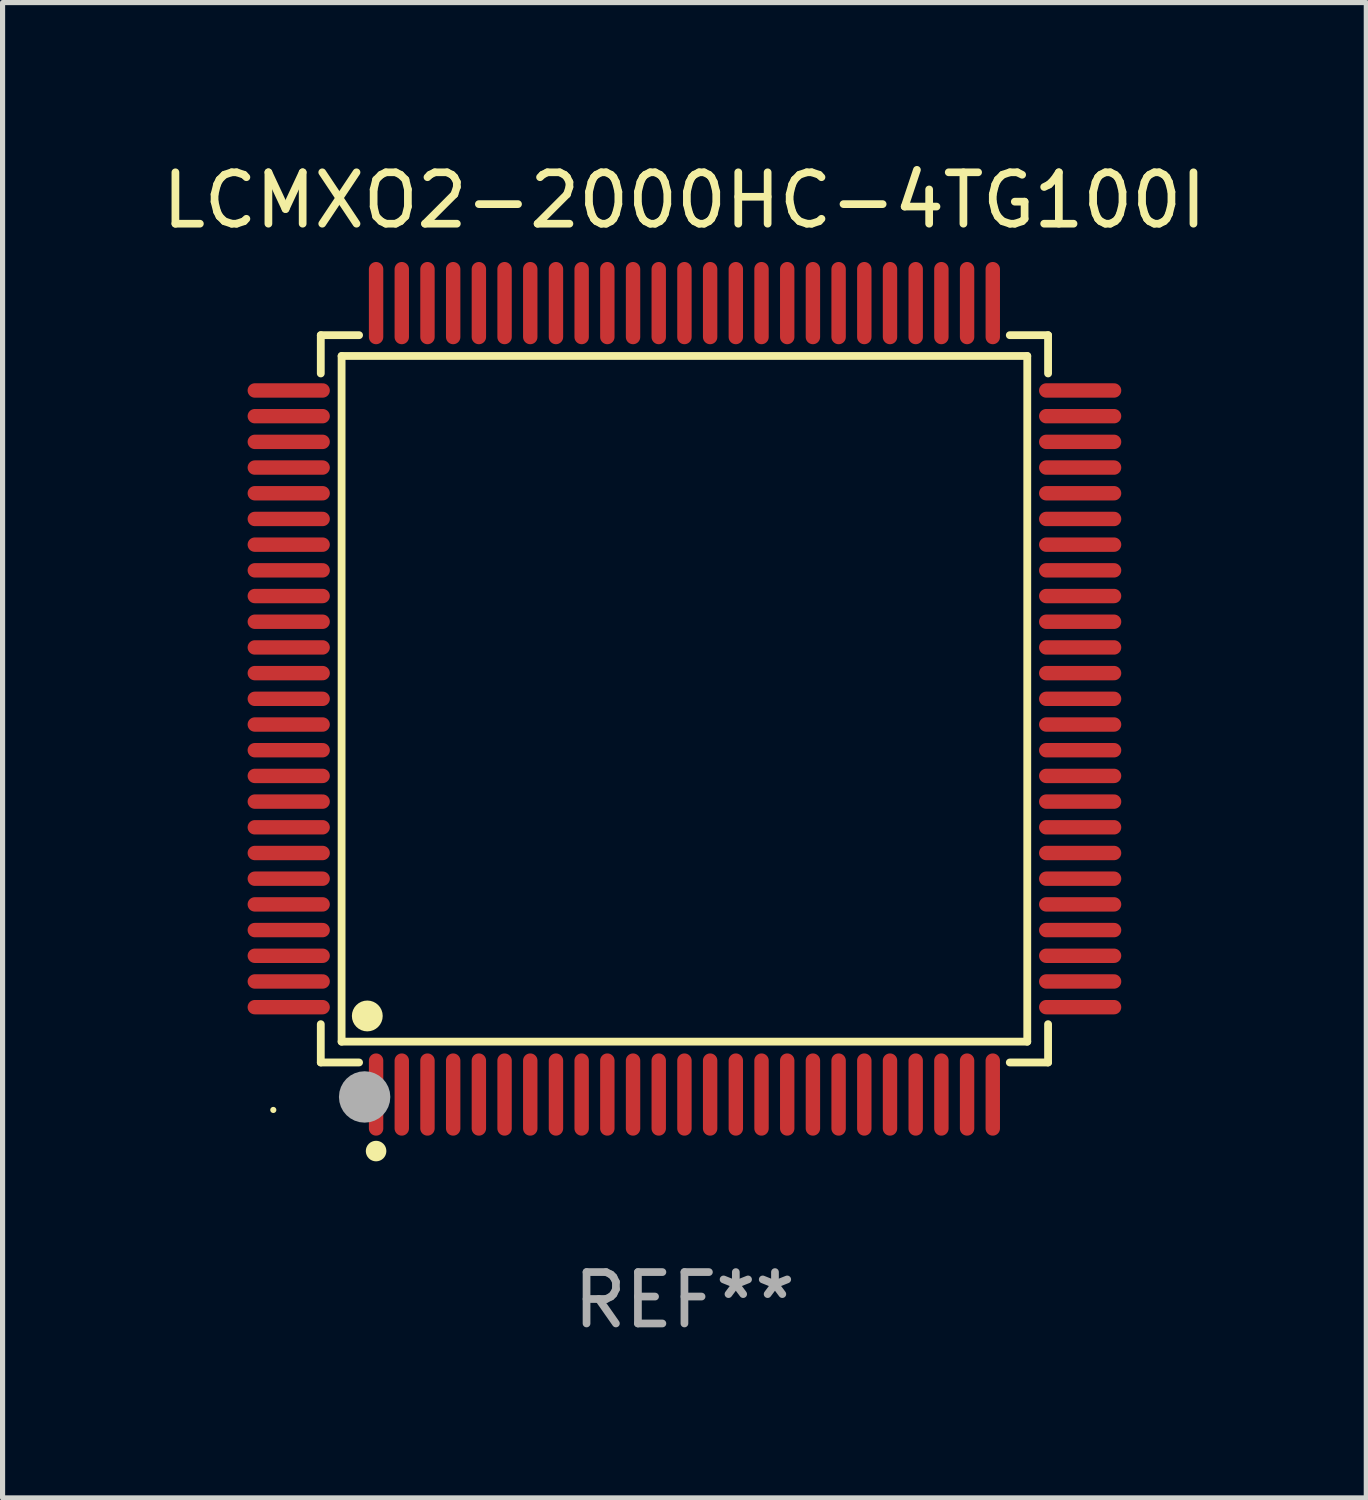
<source format=kicad_pcb>
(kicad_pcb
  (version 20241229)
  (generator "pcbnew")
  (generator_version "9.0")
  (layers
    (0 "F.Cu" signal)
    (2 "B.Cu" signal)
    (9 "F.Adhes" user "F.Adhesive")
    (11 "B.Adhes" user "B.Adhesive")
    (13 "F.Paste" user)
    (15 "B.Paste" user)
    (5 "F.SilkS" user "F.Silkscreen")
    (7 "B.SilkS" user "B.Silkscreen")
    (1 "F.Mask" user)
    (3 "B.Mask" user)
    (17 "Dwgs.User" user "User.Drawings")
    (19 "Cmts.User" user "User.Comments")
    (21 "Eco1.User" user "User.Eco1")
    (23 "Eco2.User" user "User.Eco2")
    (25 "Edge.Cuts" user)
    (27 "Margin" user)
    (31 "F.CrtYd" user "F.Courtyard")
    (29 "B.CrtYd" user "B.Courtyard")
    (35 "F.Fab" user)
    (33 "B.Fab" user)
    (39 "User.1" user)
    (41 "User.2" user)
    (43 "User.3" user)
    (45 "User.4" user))
  (footprint "LCMXO2-2000HC-4TG100I"
    (layer "F.Cu")
    (at 10.268 10.548)
    (property "Reference" "LCMXO2-2000HC-4TG100I" (at 0 -9.7 0) (layer "F.SilkS") (effects (font (size 1 1) (thickness 0.15))))
    (attr through_hole)
    (fp_line (start -7.076 -7.076) (end -6.331 -7.076) (stroke (width 0.152) (type solid)) (layer "F.SilkS"))
    (fp_line (start -7.076 -6.331) (end -7.076 -7.076) (stroke (width 0.152) (type solid)) (layer "F.SilkS"))
    (fp_line (start -7.076 6.331) (end -7.076 7.076) (stroke (width 0.152) (type solid)) (layer "F.SilkS"))
    (fp_line (start -7.076 7.076) (end -6.331 7.076) (stroke (width 0.152) (type solid)) (layer "F.SilkS"))
    (fp_line (start -6.671 -6.671) (end 6.671 -6.671) (stroke (width 0.152) (type solid)) (layer "F.SilkS"))
    (fp_line (start -6.671 6.671) (end -6.671 -6.671) (stroke (width 0.152) (type solid)) (layer "F.SilkS"))
    (fp_line (start 6.671 -6.671) (end 6.671 6.671) (stroke (width 0.152) (type solid)) (layer "F.SilkS"))
    (fp_line (start 6.671 6.671) (end -6.671 6.671) (stroke (width 0.152) (type solid)) (layer "F.SilkS"))
    (fp_line (start 7.076 -7.076) (end 6.331 -7.076) (stroke (width 0.152) (type solid)) (layer "F.SilkS"))
    (fp_line (start 7.076 -6.331) (end 7.076 -7.076) (stroke (width 0.152) (type solid)) (layer "F.SilkS"))
    (fp_line (start 7.076 6.331) (end 7.076 7.076) (stroke (width 0.152) (type solid)) (layer "F.SilkS"))
    (fp_line (start 7.076 7.076) (end 6.331 7.076) (stroke (width 0.152) (type solid)) (layer "F.SilkS"))
    (fp_circle (center -8 8) (end -7.97 8) (stroke (width 0.06) (type solid)) (fill no) (layer "F.SilkS"))
    (fp_circle (center -6.171 6.171) (end -6.021 6.171) (stroke (width 0.3) (type solid)) (fill no) (layer "F.SilkS"))
    (fp_circle (center -6 8.8) (end -5.9 8.8) (stroke (width 0.2) (type solid)) (fill no) (layer "F.SilkS"))
    (fp_circle (center -6.223 7.747) (end -5.973 7.747) (stroke (width 0.5) (type solid)) (fill no) (layer "F.Fab"))
    (fp_text user "REF**" (at 0 11.7 0) (layer "F.Fab") (effects (font (size 1 1) (thickness 0.15))))
    (pad "1" smd oval (at -6 7.7) (size 0.28 1.6) (layers "F.Cu" "F.Mask" "F.Paste"))
    (pad "2" smd oval (at -5.5 7.7) (size 0.28 1.6) (layers "F.Cu" "F.Mask" "F.Paste"))
    (pad "3" smd oval (at -5 7.7) (size 0.28 1.6) (layers "F.Cu" "F.Mask" "F.Paste"))
    (pad "4" smd oval (at -4.5 7.7) (size 0.28 1.6) (layers "F.Cu" "F.Mask" "F.Paste"))
    (pad "5" smd oval (at -4 7.7) (size 0.28 1.6) (layers "F.Cu" "F.Mask" "F.Paste"))
    (pad "6" smd oval (at -3.5 7.7) (size 0.28 1.6) (layers "F.Cu" "F.Mask" "F.Paste"))
    (pad "7" smd oval (at -3 7.7) (size 0.28 1.6) (layers "F.Cu" "F.Mask" "F.Paste"))
    (pad "8" smd oval (at -2.5 7.7) (size 0.28 1.6) (layers "F.Cu" "F.Mask" "F.Paste"))
    (pad "9" smd oval (at -2 7.7) (size 0.28 1.6) (layers "F.Cu" "F.Mask" "F.Paste"))
    (pad "10" smd oval (at -1.5 7.7) (size 0.28 1.6) (layers "F.Cu" "F.Mask" "F.Paste"))
    (pad "11" smd oval (at -1 7.7) (size 0.28 1.6) (layers "F.Cu" "F.Mask" "F.Paste"))
    (pad "12" smd oval (at -0.5 7.7) (size 0.28 1.6) (layers "F.Cu" "F.Mask" "F.Paste"))
    (pad "13" smd oval (at 0 7.7) (size 0.28 1.6) (layers "F.Cu" "F.Mask" "F.Paste"))
    (pad "14" smd oval (at 0.5 7.7) (size 0.28 1.6) (layers "F.Cu" "F.Mask" "F.Paste"))
    (pad "15" smd oval (at 1 7.7) (size 0.28 1.6) (layers "F.Cu" "F.Mask" "F.Paste"))
    (pad "16" smd oval (at 1.5 7.7) (size 0.28 1.6) (layers "F.Cu" "F.Mask" "F.Paste"))
    (pad "17" smd oval (at 2 7.7) (size 0.28 1.6) (layers "F.Cu" "F.Mask" "F.Paste"))
    (pad "18" smd oval (at 2.5 7.7) (size 0.28 1.6) (layers "F.Cu" "F.Mask" "F.Paste"))
    (pad "19" smd oval (at 3 7.7) (size 0.28 1.6) (layers "F.Cu" "F.Mask" "F.Paste"))
    (pad "20" smd oval (at 3.5 7.7) (size 0.28 1.6) (layers "F.Cu" "F.Mask" "F.Paste"))
    (pad "21" smd oval (at 4 7.7) (size 0.28 1.6) (layers "F.Cu" "F.Mask" "F.Paste"))
    (pad "22" smd oval (at 4.5 7.7) (size 0.28 1.6) (layers "F.Cu" "F.Mask" "F.Paste"))
    (pad "23" smd oval (at 5 7.7) (size 0.28 1.6) (layers "F.Cu" "F.Mask" "F.Paste"))
    (pad "24" smd oval (at 5.5 7.7) (size 0.28 1.6) (layers "F.Cu" "F.Mask" "F.Paste"))
    (pad "25" smd oval (at 6 7.7) (size 0.28 1.6) (layers "F.Cu" "F.Mask" "F.Paste"))
    (pad "26" smd oval (at 7.7 6) (size 1.6 0.28) (layers "F.Cu" "F.Mask" "F.Paste"))
    (pad "27" smd oval (at 7.7 5.5) (size 1.6 0.28) (layers "F.Cu" "F.Mask" "F.Paste"))
    (pad "28" smd oval (at 7.7 5) (size 1.6 0.28) (layers "F.Cu" "F.Mask" "F.Paste"))
    (pad "29" smd oval (at 7.7 4.5) (size 1.6 0.28) (layers "F.Cu" "F.Mask" "F.Paste"))
    (pad "30" smd oval (at 7.7 4) (size 1.6 0.28) (layers "F.Cu" "F.Mask" "F.Paste"))
    (pad "31" smd oval (at 7.7 3.5) (size 1.6 0.28) (layers "F.Cu" "F.Mask" "F.Paste"))
    (pad "32" smd oval (at 7.7 3) (size 1.6 0.28) (layers "F.Cu" "F.Mask" "F.Paste"))
    (pad "33" smd oval (at 7.7 2.5) (size 1.6 0.28) (layers "F.Cu" "F.Mask" "F.Paste"))
    (pad "34" smd oval (at 7.7 2) (size 1.6 0.28) (layers "F.Cu" "F.Mask" "F.Paste"))
    (pad "35" smd oval (at 7.7 1.5) (size 1.6 0.28) (layers "F.Cu" "F.Mask" "F.Paste"))
    (pad "36" smd oval (at 7.7 1) (size 1.6 0.28) (layers "F.Cu" "F.Mask" "F.Paste"))
    (pad "37" smd oval (at 7.7 0.5) (size 1.6 0.28) (layers "F.Cu" "F.Mask" "F.Paste"))
    (pad "38" smd oval (at 7.7 0) (size 1.6 0.28) (layers "F.Cu" "F.Mask" "F.Paste"))
    (pad "39" smd oval (at 7.7 -0.5) (size 1.6 0.28) (layers "F.Cu" "F.Mask" "F.Paste"))
    (pad "40" smd oval (at 7.7 -1) (size 1.6 0.28) (layers "F.Cu" "F.Mask" "F.Paste"))
    (pad "41" smd oval (at 7.7 -1.5) (size 1.6 0.28) (layers "F.Cu" "F.Mask" "F.Paste"))
    (pad "42" smd oval (at 7.7 -2) (size 1.6 0.28) (layers "F.Cu" "F.Mask" "F.Paste"))
    (pad "43" smd oval (at 7.7 -2.5) (size 1.6 0.28) (layers "F.Cu" "F.Mask" "F.Paste"))
    (pad "44" smd oval (at 7.7 -3) (size 1.6 0.28) (layers "F.Cu" "F.Mask" "F.Paste"))
    (pad "45" smd oval (at 7.7 -3.5) (size 1.6 0.28) (layers "F.Cu" "F.Mask" "F.Paste"))
    (pad "46" smd oval (at 7.7 -4) (size 1.6 0.28) (layers "F.Cu" "F.Mask" "F.Paste"))
    (pad "47" smd oval (at 7.7 -4.5) (size 1.6 0.28) (layers "F.Cu" "F.Mask" "F.Paste"))
    (pad "48" smd oval (at 7.7 -5) (size 1.6 0.28) (layers "F.Cu" "F.Mask" "F.Paste"))
    (pad "49" smd oval (at 7.7 -5.5) (size 1.6 0.28) (layers "F.Cu" "F.Mask" "F.Paste"))
    (pad "50" smd oval (at 7.7 -6) (size 1.6 0.28) (layers "F.Cu" "F.Mask" "F.Paste"))
    (pad "51" smd oval (at 6 -7.7) (size 0.28 1.6) (layers "F.Cu" "F.Mask" "F.Paste"))
    (pad "52" smd oval (at 5.5 -7.7) (size 0.28 1.6) (layers "F.Cu" "F.Mask" "F.Paste"))
    (pad "53" smd oval (at 5 -7.7) (size 0.28 1.6) (layers "F.Cu" "F.Mask" "F.Paste"))
    (pad "54" smd oval (at 4.5 -7.7) (size 0.28 1.6) (layers "F.Cu" "F.Mask" "F.Paste"))
    (pad "55" smd oval (at 4 -7.7) (size 0.28 1.6) (layers "F.Cu" "F.Mask" "F.Paste"))
    (pad "56" smd oval (at 3.5 -7.7) (size 0.28 1.6) (layers "F.Cu" "F.Mask" "F.Paste"))
    (pad "57" smd oval (at 3 -7.7) (size 0.28 1.6) (layers "F.Cu" "F.Mask" "F.Paste"))
    (pad "58" smd oval (at 2.5 -7.7) (size 0.28 1.6) (layers "F.Cu" "F.Mask" "F.Paste"))
    (pad "59" smd oval (at 2 -7.7) (size 0.28 1.6) (layers "F.Cu" "F.Mask" "F.Paste"))
    (pad "60" smd oval (at 1.5 -7.7) (size 0.28 1.6) (layers "F.Cu" "F.Mask" "F.Paste"))
    (pad "61" smd oval (at 1 -7.7) (size 0.28 1.6) (layers "F.Cu" "F.Mask" "F.Paste"))
    (pad "62" smd oval (at 0.5 -7.7) (size 0.28 1.6) (layers "F.Cu" "F.Mask" "F.Paste"))
    (pad "63" smd oval (at 0 -7.7) (size 0.28 1.6) (layers "F.Cu" "F.Mask" "F.Paste"))
    (pad "64" smd oval (at -0.5 -7.7) (size 0.28 1.6) (layers "F.Cu" "F.Mask" "F.Paste"))
    (pad "65" smd oval (at -1 -7.7) (size 0.28 1.6) (layers "F.Cu" "F.Mask" "F.Paste"))
    (pad "66" smd oval (at -1.5 -7.7) (size 0.28 1.6) (layers "F.Cu" "F.Mask" "F.Paste"))
    (pad "67" smd oval (at -2 -7.7) (size 0.28 1.6) (layers "F.Cu" "F.Mask" "F.Paste"))
    (pad "68" smd oval (at -2.5 -7.7) (size 0.28 1.6) (layers "F.Cu" "F.Mask" "F.Paste"))
    (pad "69" smd oval (at -3 -7.7) (size 0.28 1.6) (layers "F.Cu" "F.Mask" "F.Paste"))
    (pad "70" smd oval (at -3.5 -7.7) (size 0.28 1.6) (layers "F.Cu" "F.Mask" "F.Paste"))
    (pad "71" smd oval (at -4 -7.7) (size 0.28 1.6) (layers "F.Cu" "F.Mask" "F.Paste"))
    (pad "72" smd oval (at -4.5 -7.7) (size 0.28 1.6) (layers "F.Cu" "F.Mask" "F.Paste"))
    (pad "73" smd oval (at -5 -7.7) (size 0.28 1.6) (layers "F.Cu" "F.Mask" "F.Paste"))
    (pad "74" smd oval (at -5.5 -7.7) (size 0.28 1.6) (layers "F.Cu" "F.Mask" "F.Paste"))
    (pad "75" smd oval (at -6 -7.7) (size 0.28 1.6) (layers "F.Cu" "F.Mask" "F.Paste"))
    (pad "76" smd oval (at -7.7 -6) (size 1.6 0.28) (layers "F.Cu" "F.Mask" "F.Paste"))
    (pad "77" smd oval (at -7.7 -5.5) (size 1.6 0.28) (layers "F.Cu" "F.Mask" "F.Paste"))
    (pad "78" smd oval (at -7.7 -5) (size 1.6 0.28) (layers "F.Cu" "F.Mask" "F.Paste"))
    (pad "79" smd oval (at -7.7 -4.5) (size 1.6 0.28) (layers "F.Cu" "F.Mask" "F.Paste"))
    (pad "80" smd oval (at -7.7 -4) (size 1.6 0.28) (layers "F.Cu" "F.Mask" "F.Paste"))
    (pad "81" smd oval (at -7.7 -3.5) (size 1.6 0.28) (layers "F.Cu" "F.Mask" "F.Paste"))
    (pad "82" smd oval (at -7.7 -3) (size 1.6 0.28) (layers "F.Cu" "F.Mask" "F.Paste"))
    (pad "83" smd oval (at -7.7 -2.5) (size 1.6 0.28) (layers "F.Cu" "F.Mask" "F.Paste"))
    (pad "84" smd oval (at -7.7 -2) (size 1.6 0.28) (layers "F.Cu" "F.Mask" "F.Paste"))
    (pad "85" smd oval (at -7.7 -1.5) (size 1.6 0.28) (layers "F.Cu" "F.Mask" "F.Paste"))
    (pad "86" smd oval (at -7.7 -1) (size 1.6 0.28) (layers "F.Cu" "F.Mask" "F.Paste"))
    (pad "87" smd oval (at -7.7 -0.5) (size 1.6 0.28) (layers "F.Cu" "F.Mask" "F.Paste"))
    (pad "88" smd oval (at -7.7 0) (size 1.6 0.28) (layers "F.Cu" "F.Mask" "F.Paste"))
    (pad "89" smd oval (at -7.7 0.5) (size 1.6 0.28) (layers "F.Cu" "F.Mask" "F.Paste"))
    (pad "90" smd oval (at -7.7 1) (size 1.6 0.28) (layers "F.Cu" "F.Mask" "F.Paste"))
    (pad "91" smd oval (at -7.7 1.5) (size 1.6 0.28) (layers "F.Cu" "F.Mask" "F.Paste"))
    (pad "92" smd oval (at -7.7 2) (size 1.6 0.28) (layers "F.Cu" "F.Mask" "F.Paste"))
    (pad "93" smd oval (at -7.7 2.5) (size 1.6 0.28) (layers "F.Cu" "F.Mask" "F.Paste"))
    (pad "94" smd oval (at -7.7 3) (size 1.6 0.28) (layers "F.Cu" "F.Mask" "F.Paste"))
    (pad "95" smd oval (at -7.7 3.5) (size 1.6 0.28) (layers "F.Cu" "F.Mask" "F.Paste"))
    (pad "96" smd oval (at -7.7 4) (size 1.6 0.28) (layers "F.Cu" "F.Mask" "F.Paste"))
    (pad "97" smd oval (at -7.7 4.5) (size 1.6 0.28) (layers "F.Cu" "F.Mask" "F.Paste"))
    (pad "98" smd oval (at -7.7 5) (size 1.6 0.28) (layers "F.Cu" "F.Mask" "F.Paste"))
    (pad "99" smd oval (at -7.7 5.5) (size 1.6 0.28) (layers "F.Cu" "F.Mask" "F.Paste"))
    (pad "100" smd oval (at -7.7 6) (size 1.6 0.28) (layers "F.Cu" "F.Mask" "F.Paste")))
  (gr_rect
    (start -3 -3)
    (end 23.536 26.097)
    (stroke (width 0.1) (type default))
    (fill no)
    (layer "Edge.Cuts")))
</source>
